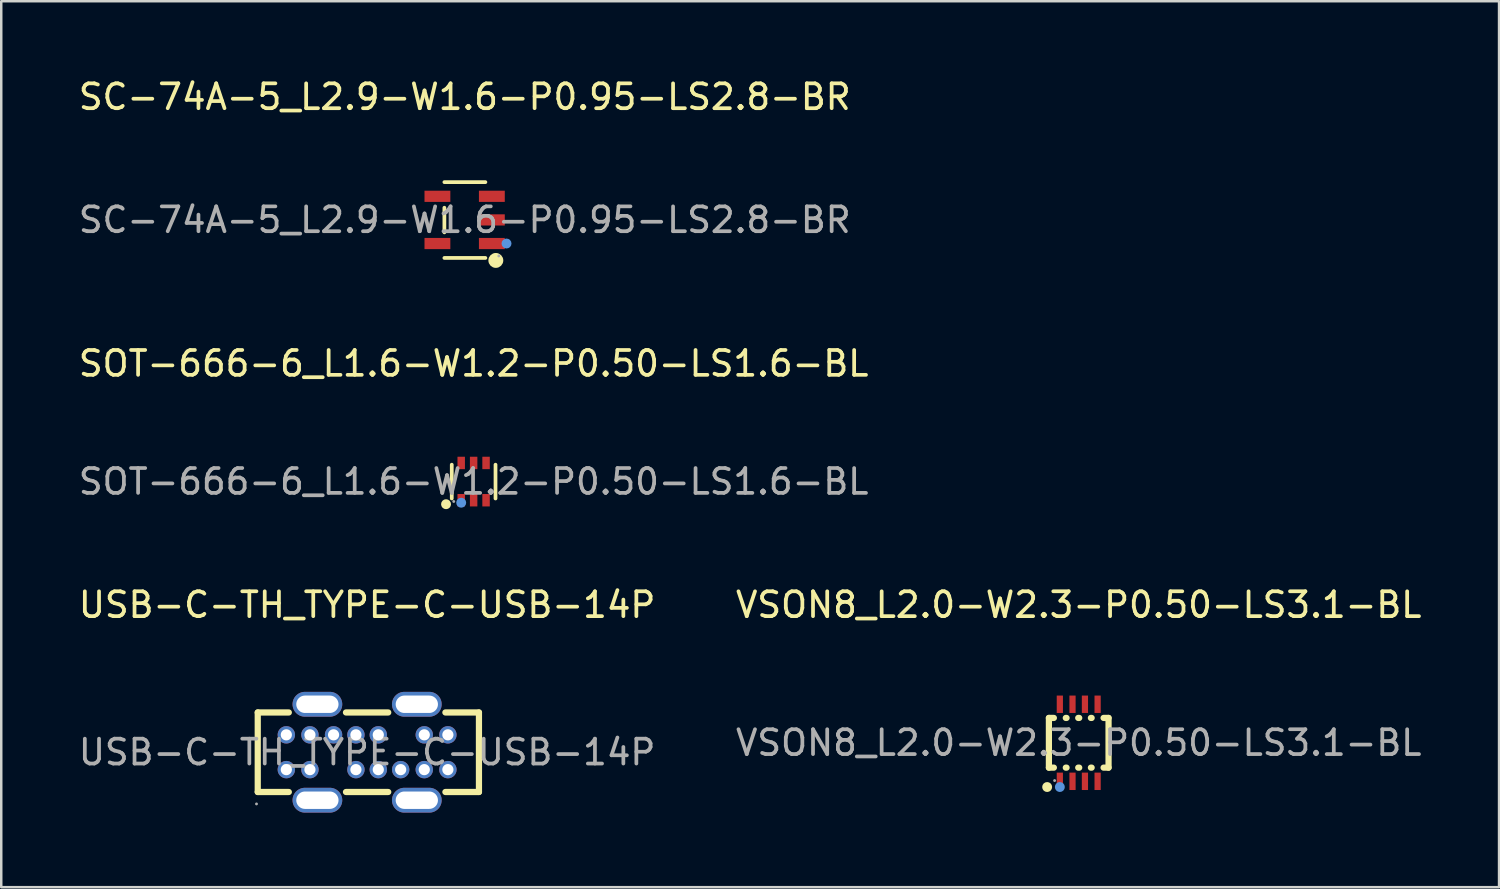
<source format=kicad_pcb>
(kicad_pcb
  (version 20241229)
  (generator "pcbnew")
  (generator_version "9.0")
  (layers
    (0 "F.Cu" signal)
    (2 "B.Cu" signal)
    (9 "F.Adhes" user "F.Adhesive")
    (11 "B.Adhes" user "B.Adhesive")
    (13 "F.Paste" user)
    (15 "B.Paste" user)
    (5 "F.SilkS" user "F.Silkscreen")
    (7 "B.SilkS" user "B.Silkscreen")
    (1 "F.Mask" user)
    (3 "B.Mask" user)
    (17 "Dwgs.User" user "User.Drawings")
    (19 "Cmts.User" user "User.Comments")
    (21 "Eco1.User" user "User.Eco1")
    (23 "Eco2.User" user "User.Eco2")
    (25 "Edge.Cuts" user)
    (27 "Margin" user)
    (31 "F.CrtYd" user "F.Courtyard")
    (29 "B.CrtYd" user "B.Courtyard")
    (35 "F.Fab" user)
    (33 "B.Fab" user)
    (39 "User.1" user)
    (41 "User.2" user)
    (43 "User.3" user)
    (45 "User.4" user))
  (footprint "SC-74A-5_L2.9-W1.6-P0.95-LS2.8-BR"
    (layer "F.Cu")
    (at 15.649 5.798)
    (property "Reference" "SC-74A-5_L2.9-W1.6-P0.95-LS2.8-BR" (at 0 -4.95 0) (layer "F.SilkS") (effects (font (size 1 1) (thickness 0.15))))
    (attr smd)
    (fp_line (start -0.82 -0.49) (end -0.82 0.5) (stroke (width 0.15) (type solid)) (layer "F.SilkS"))
    (fp_line (start 0.83 -1.52) (end -0.82 -1.52) (stroke (width 0.15) (type solid)) (layer "F.SilkS"))
    (fp_line (start 0.83 1.53) (end -0.82 1.53) (stroke (width 0.15) (type solid)) (layer "F.SilkS"))
    (fp_circle (center 1.25 1.63) (end 1.4 1.63) (stroke (width 0.3) (type solid)) (fill no) (layer "F.SilkS"))
    (fp_circle (center 1.68 0.95) (end 1.78 0.95) (stroke (width 0.2) (type solid)) (fill no) (layer "Cmts.User"))
    (fp_circle (center 1.37 1.45) (end 1.4 1.45) (stroke (width 0.06) (type solid)) (fill no) (layer "F.Fab"))
    (fp_text user "${REFERENCE}" (at 0 0 0) (layer "F.Fab") (effects (font (size 1 1) (thickness 0.15))))
    (pad "1" smd rect (at 1.09 0.95 270) (size 0.45 1.04) (layers "F.Cu" "F.Mask" "F.Paste"))
    (pad "2" smd rect (at 1.09 0 270) (size 0.45 1.04) (layers "F.Cu" "F.Mask" "F.Paste"))
    (pad "3" smd rect (at 1.09 -0.95 270) (size 0.45 1.04) (layers "F.Cu" "F.Mask" "F.Paste"))
    (pad "4" smd rect (at -1.1 -0.95 270) (size 0.45 1.04) (layers "F.Cu" "F.Mask" "F.Paste"))
    (pad "5" smd rect (at -1.1 0.95 270) (size 0.45 1.04) (layers "F.Cu" "F.Mask" "F.Paste")))
  (footprint "SOT-666-6_L1.6-W1.2-P0.50-LS1.6-BL"
    (layer "F.Cu")
    (at 16.006 16.326)
    (property "Reference" "SOT-666-6_L1.6-W1.2-P0.50-LS1.6-BL" (at 0 -4.75 0) (layer "F.SilkS") (effects (font (size 1 1) (thickness 0.15))))
    (attr smd)
    (fp_line (start -0.88 0.68) (end -0.88 -0.68) (stroke (width 0.15) (type solid)) (layer "F.SilkS"))
    (fp_line (start 0.88 0.68) (end 0.88 -0.68) (stroke (width 0.15) (type solid)) (layer "F.SilkS"))
    (fp_circle (center -1.11 0.91) (end -1.01 0.91) (stroke (width 0.2) (type solid)) (fill no) (layer "F.SilkS"))
    (fp_circle (center -0.5 0.85) (end -0.4 0.85) (stroke (width 0.2) (type solid)) (fill no) (layer "Cmts.User"))
    (fp_circle (center -0.8 0.8) (end -0.77 0.8) (stroke (width 0.06) (type solid)) (fill no) (layer "F.Fab"))
    (fp_text user "${REFERENCE}" (at 0 0 0) (layer "F.Fab") (effects (font (size 1 1) (thickness 0.15))))
    (pad "1" smd rect (at -0.5 0.75) (size 0.3 0.5) (layers "F.Cu" "F.Mask" "F.Paste"))
    (pad "2" smd rect (at 0 0.75) (size 0.3 0.5) (layers "F.Cu" "F.Mask" "F.Paste"))
    (pad "3" smd rect (at 0.5 0.75) (size 0.3 0.5) (layers "F.Cu" "F.Mask" "F.Paste"))
    (pad "4" smd rect (at 0.5 -0.75) (size 0.3 0.5) (layers "F.Cu" "F.Mask" "F.Paste"))
    (pad "5" smd rect (at 0 -0.75) (size 0.3 0.5) (layers "F.Cu" "F.Mask" "F.Paste"))
    (pad "6" smd rect (at -0.5 -0.75) (size 0.3 0.5) (layers "F.Cu" "F.Mask" "F.Paste")))
  (footprint "USB-C-TH_TYPE-C-USB-14P"
    (layer "F.Cu")
    (at 11.72 27.215)
    (property "Reference" "USB-C-TH_TYPE-C-USB-14P" (at 0 -5.93 0) (layer "F.SilkS") (effects (font (size 1 1) (thickness 0.15))))
    (attr smd)
    (fp_line (start -4.4 -1.6) (end -3.15 -1.6) (stroke (width 0.25) (type solid)) (layer "F.SilkS"))
    (fp_line (start -4.4 1.6) (end -4.4 -1.6) (stroke (width 0.25) (type solid)) (layer "F.SilkS"))
    (fp_line (start -3.15 1.6) (end -4.4 1.6) (stroke (width 0.25) (type solid)) (layer "F.SilkS"))
    (fp_line (start -0.85 -1.6) (end 0.85 -1.6) (stroke (width 0.25) (type solid)) (layer "F.SilkS"))
    (fp_line (start 0.85 1.6) (end -0.85 1.6) (stroke (width 0.25) (type solid)) (layer "F.SilkS"))
    (fp_line (start 3.15 -1.6) (end 4.5 -1.6) (stroke (width 0.25) (type solid)) (layer "F.SilkS"))
    (fp_line (start 4.5 -1.6) (end 4.5 1.6) (stroke (width 0.25) (type solid)) (layer "F.SilkS"))
    (fp_line (start 4.5 1.6) (end 3.15 1.6) (stroke (width 0.25) (type solid)) (layer "F.SilkS"))
    (fp_circle (center -4.45 2.08) (end -4.42 2.08) (stroke (width 0.06) (type solid)) (fill no) (layer "F.Fab"))
    (fp_text user "${REFERENCE}" (at 0 0 0) (layer "F.Fab") (effects (font (size 1 1) (thickness 0.15))))
    (pad "0" thru_hole oval (at -2 -1.93 90) (size 1 2) (drill oval 0.7 1.7) (layers "*.Cu" "*.Paste" "*.Mask"))
    (pad "0" thru_hole oval (at -2 1.93 90) (size 1 2) (drill oval 0.7 1.7) (layers "*.Cu" "*.Paste" "*.Mask"))
    (pad "0" thru_hole oval (at 2 -1.93 90) (size 1 2) (drill oval 0.7 1.7) (layers "*.Cu" "*.Paste" "*.Mask"))
    (pad "0" thru_hole oval (at 2 1.93 90) (size 1 2) (drill oval 0.7 1.7) (layers "*.Cu" "*.Paste" "*.Mask"))
    (pad "1" thru_hole circle (at -3.25 0.7) (size 0.7 0.7) (drill 0.45) (layers "*.Cu" "*.Paste" "*.Mask"))
    (pad "2" thru_hole circle (at -2.3 0.7) (size 0.7 0.7) (drill 0.45) (layers "*.Cu" "*.Paste" "*.Mask"))
    (pad "3" thru_hole circle (at -0.45 0.7) (size 0.7 0.7) (drill 0.45) (layers "*.Cu" "*.Paste" "*.Mask"))
    (pad "4" thru_hole circle (at 0.45 0.7) (size 0.7 0.7) (drill 0.45) (layers "*.Cu" "*.Paste" "*.Mask"))
    (pad "5" thru_hole circle (at 1.35 0.7) (size 0.7 0.7) (drill 0.45) (layers "*.Cu" "*.Paste" "*.Mask"))
    (pad "6" thru_hole circle (at 2.3 0.7) (size 0.7 0.7) (drill 0.45) (layers "*.Cu" "*.Paste" "*.Mask"))
    (pad "7" thru_hole circle (at 3.25 0.7) (size 0.7 0.7) (drill 0.45) (layers "*.Cu" "*.Paste" "*.Mask"))
    (pad "8" thru_hole circle (at 3.25 -0.7) (size 0.7 0.7) (drill 0.45) (layers "*.Cu" "*.Paste" "*.Mask"))
    (pad "9" thru_hole circle (at 2.3 -0.7) (size 0.7 0.7) (drill 0.45) (layers "*.Cu" "*.Paste" "*.Mask"))
    (pad "10" thru_hole circle (at 0.45 -0.7) (size 0.7 0.7) (drill 0.45) (layers "*.Cu" "*.Paste" "*.Mask"))
    (pad "11" thru_hole circle (at -0.45 -0.7) (size 0.7 0.7) (drill 0.45) (layers "*.Cu" "*.Paste" "*.Mask"))
    (pad "12" thru_hole circle (at -1.35 -0.7) (size 0.7 0.7) (drill 0.45) (layers "*.Cu" "*.Paste" "*.Mask"))
    (pad "13" thru_hole circle (at -2.3 -0.7) (size 0.7 0.7) (drill 0.45) (layers "*.Cu" "*.Paste" "*.Mask"))
    (pad "14" thru_hole circle (at -3.25 -0.7) (size 0.7 0.7) (drill 0.45) (layers "*.Cu" "*.Paste" "*.Mask")))
  (footprint "VSON8_L2.0-W2.3-P0.50-LS3.1-BL"
    (layer "F.Cu")
    (at 40.351 26.835)
    (property "Reference" "VSON8_L2.0-W2.3-P0.50-LS3.1-BL" (at 0 -5.55 0) (layer "F.SilkS") (effects (font (size 1 1) (thickness 0.15))))
    (attr smd)
    (fp_line (start -1.2 -1) (end -1 -1) (stroke (width 0.25) (type solid)) (layer "F.SilkS"))
    (fp_line (start -1.2 1) (end -1.2 -1) (stroke (width 0.25) (type solid)) (layer "F.SilkS"))
    (fp_line (start -1.2 1) (end -1 1) (stroke (width 0.25) (type solid)) (layer "F.SilkS"))
    (fp_line (start -0.52 -1) (end -0.49 -1) (stroke (width 0.25) (type solid)) (layer "F.SilkS"))
    (fp_line (start -0.52 1) (end -0.49 1) (stroke (width 0.25) (type solid)) (layer "F.SilkS"))
    (fp_line (start -0.02 -1) (end 0.02 -1) (stroke (width 0.25) (type solid)) (layer "F.SilkS"))
    (fp_line (start -0.02 1) (end 0.02 1) (stroke (width 0.25) (type solid)) (layer "F.SilkS"))
    (fp_line (start 0.49 -1) (end 0.52 -1) (stroke (width 0.25) (type solid)) (layer "F.SilkS"))
    (fp_line (start 0.49 1) (end 0.52 1) (stroke (width 0.25) (type solid)) (layer "F.SilkS"))
    (fp_line (start 1 -1) (end 1.2 -1) (stroke (width 0.25) (type solid)) (layer "F.SilkS"))
    (fp_line (start 1 1) (end 1.2 1) (stroke (width 0.25) (type solid)) (layer "F.SilkS"))
    (fp_line (start 1.2 -1) (end 1.2 1) (stroke (width 0.25) (type solid)) (layer "F.SilkS"))
    (fp_circle (center -1.27 1.78) (end -1.17 1.78) (stroke (width 0.2) (type solid)) (fill no) (layer "F.SilkS"))
    (fp_circle (center -0.76 1.78) (end -0.66 1.78) (stroke (width 0.2) (type solid)) (fill no) (layer "Cmts.User"))
    (fp_circle (center -0.97 1.52) (end -0.94 1.52) (stroke (width 0.06) (type solid)) (fill no) (layer "F.Fab"))
    (fp_text user "${REFERENCE}" (at 0 0 0) (layer "F.Fab") (effects (font (size 1 1) (thickness 0.15))))
    (pad "1" smd rect (at -0.76 1.55 180) (size 0.25 0.7) (layers "F.Cu" "F.Mask" "F.Paste"))
    (pad "2" smd rect (at -0.25 1.55 180) (size 0.25 0.7) (layers "F.Cu" "F.Mask" "F.Paste"))
    (pad "3" smd rect (at 0.25 1.55 180) (size 0.25 0.7) (layers "F.Cu" "F.Mask" "F.Paste"))
    (pad "4" smd rect (at 0.76 1.55 180) (size 0.25 0.7) (layers "F.Cu" "F.Mask" "F.Paste"))
    (pad "5" smd rect (at 0.76 -1.55 180) (size 0.25 0.7) (layers "F.Cu" "F.Mask" "F.Paste"))
    (pad "6" smd rect (at 0.25 -1.55 180) (size 0.25 0.7) (layers "F.Cu" "F.Mask" "F.Paste"))
    (pad "7" smd rect (at -0.25 -1.55 180) (size 0.25 0.7) (layers "F.Cu" "F.Mask" "F.Paste"))
    (pad "8" smd rect (at -0.76 -1.55 180) (size 0.25 0.7) (layers "F.Cu" "F.Mask" "F.Paste")))
  (gr_rect
    (start -3 -3)
    (end 57.262 32.645)
    (stroke (width 0.1) (type default))
    (fill no)
    (layer "Edge.Cuts")))
</source>
